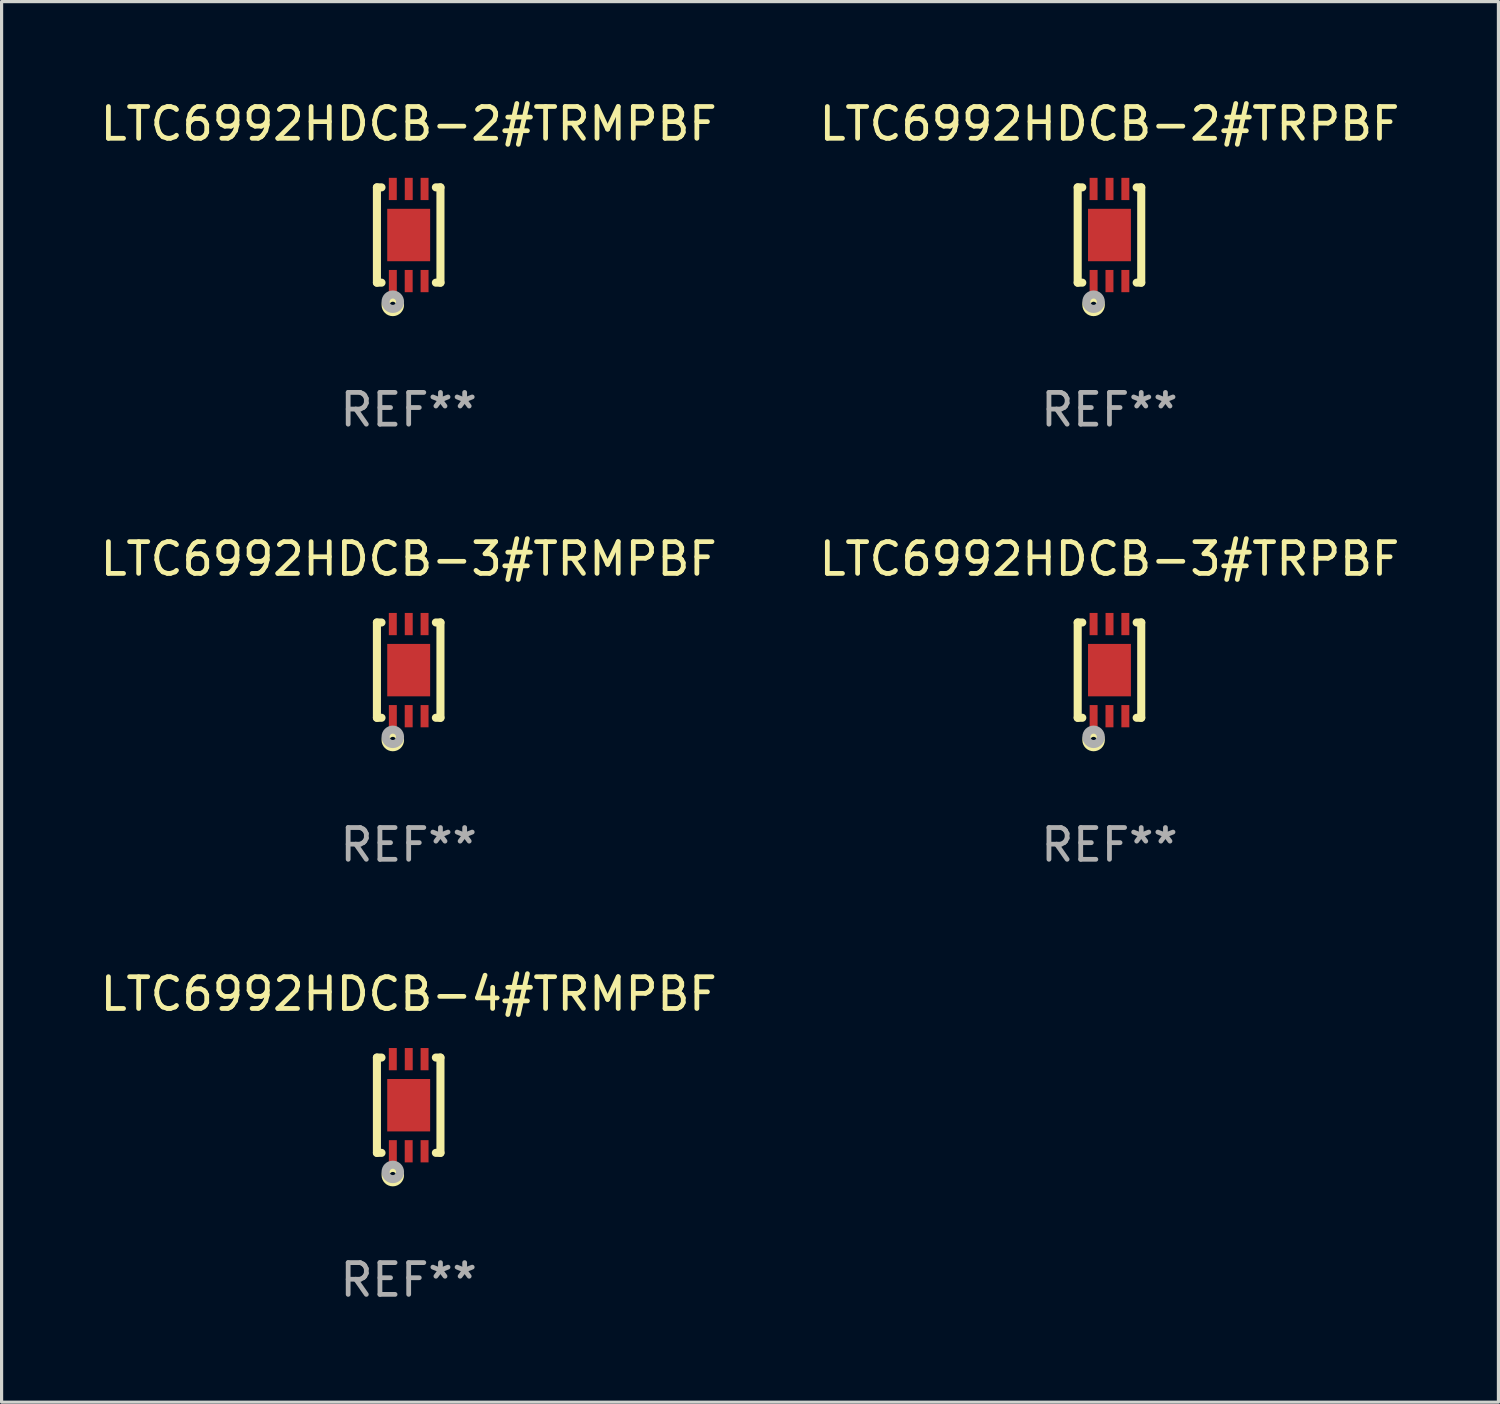
<source format=kicad_pcb>
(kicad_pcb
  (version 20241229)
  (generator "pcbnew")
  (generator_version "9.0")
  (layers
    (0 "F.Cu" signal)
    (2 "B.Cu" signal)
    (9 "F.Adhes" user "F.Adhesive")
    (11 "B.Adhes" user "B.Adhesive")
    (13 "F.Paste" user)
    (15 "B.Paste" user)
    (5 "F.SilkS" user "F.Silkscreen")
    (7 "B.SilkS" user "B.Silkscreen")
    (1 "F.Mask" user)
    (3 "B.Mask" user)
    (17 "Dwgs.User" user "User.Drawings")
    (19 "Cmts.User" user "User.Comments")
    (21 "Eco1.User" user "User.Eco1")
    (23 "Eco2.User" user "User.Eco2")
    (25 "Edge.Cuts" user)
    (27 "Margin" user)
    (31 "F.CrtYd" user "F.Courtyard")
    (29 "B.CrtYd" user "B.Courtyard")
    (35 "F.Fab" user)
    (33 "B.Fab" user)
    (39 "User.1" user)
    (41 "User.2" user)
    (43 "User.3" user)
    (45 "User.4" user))
  (footprint "LTC6992HDCB-3#TRMPBF"
    (layer "F.Cu")
    (at 9.815 18.045)
    (property "Reference" "LTC6992HDCB-3#TRMPBF" (at 0 -3.5 0) (layer "F.SilkS") (effects (font (size 1 1) (thickness 0.15))))
    (attr through_hole)
    (fp_line (start -1 1.5) (end -1 -1.5) (stroke (width 0.254) (type solid)) (layer "F.SilkS"))
    (fp_line (start -0.856 -1.5) (end -1 -1.5) (stroke (width 0.254) (type solid)) (layer "F.SilkS"))
    (fp_line (start -0.855 1.5) (end -1 1.5) (stroke (width 0.254) (type solid)) (layer "F.SilkS"))
    (fp_line (start 1 -1.5) (end 0.856 -1.5) (stroke (width 0.254) (type solid)) (layer "F.SilkS"))
    (fp_line (start 1 1.5) (end 0.856 1.5) (stroke (width 0.254) (type solid)) (layer "F.SilkS"))
    (fp_line (start 1 1.5) (end 1 -1.5) (stroke (width 0.254) (type solid)) (layer "F.SilkS"))
    (fp_circle (center -1 1.5) (end -0.97 1.5) (stroke (width 0.06) (type solid)) (fill no) (layer "F.SilkS"))
    (fp_circle (center -0.5 2.2) (end -0.4 2.2) (stroke (width 0.254) (type solid)) (fill no) (layer "F.SilkS"))
    (fp_circle (center -0.5 2.1) (end -0.4 2.1) (stroke (width 0.254) (type solid)) (fill no) (layer "F.Fab"))
    (fp_text user "REF**" (at 0 5.5 0) (layer "F.Fab") (effects (font (size 1 1) (thickness 0.15))))
    (pad "1" smd rect (at -0.499 1.45 180) (size 0.25 0.7) (layers "F.Cu" "F.Mask" "F.Paste"))
    (pad "2" smd rect (at 0.000025 1.45 180) (size 0.25 0.7) (layers "F.Cu" "F.Mask" "F.Paste"))
    (pad "3" smd rect (at 0.5 1.45 180) (size 0.25 0.7) (layers "F.Cu" "F.Mask" "F.Paste"))
    (pad "4" smd rect (at 0.5 -1.45 180) (size 0.25 0.7) (layers "F.Cu" "F.Mask" "F.Paste"))
    (pad "5" smd rect (at 0.002 -1.45 180) (size 0.25 0.7) (layers "F.Cu" "F.Mask" "F.Paste"))
    (pad "6" smd rect (at -0.5 -1.45 180) (size 0.25 0.7) (layers "F.Cu" "F.Mask" "F.Paste"))
    (pad "7" smd rect (at 0.000025 0.000038 180) (size 1.35 1.65) (layers "F.Cu" "F.Mask" "F.Paste")))
  (footprint "LTC6992HDCB-4#TRMPBF"
    (layer "F.Cu")
    (at 9.815 31.741)
    (property "Reference" "LTC6992HDCB-4#TRMPBF" (at 0 -3.5 0) (layer "F.SilkS") (effects (font (size 1 1) (thickness 0.15))))
    (attr through_hole)
    (fp_line (start -1 1.5) (end -1 -1.5) (stroke (width 0.254) (type solid)) (layer "F.SilkS"))
    (fp_line (start -0.856 -1.5) (end -1 -1.5) (stroke (width 0.254) (type solid)) (layer "F.SilkS"))
    (fp_line (start -0.855 1.5) (end -1 1.5) (stroke (width 0.254) (type solid)) (layer "F.SilkS"))
    (fp_line (start 1 -1.5) (end 0.856 -1.5) (stroke (width 0.254) (type solid)) (layer "F.SilkS"))
    (fp_line (start 1 1.5) (end 0.856 1.5) (stroke (width 0.254) (type solid)) (layer "F.SilkS"))
    (fp_line (start 1 1.5) (end 1 -1.5) (stroke (width 0.254) (type solid)) (layer "F.SilkS"))
    (fp_circle (center -1 1.5) (end -0.97 1.5) (stroke (width 0.06) (type solid)) (fill no) (layer "F.SilkS"))
    (fp_circle (center -0.5 2.2) (end -0.4 2.2) (stroke (width 0.254) (type solid)) (fill no) (layer "F.SilkS"))
    (fp_circle (center -0.5 2.1) (end -0.4 2.1) (stroke (width 0.254) (type solid)) (fill no) (layer "F.Fab"))
    (fp_text user "REF**" (at 0 5.5 0) (layer "F.Fab") (effects (font (size 1 1) (thickness 0.15))))
    (pad "1" smd rect (at -0.499 1.45 180) (size 0.25 0.7) (layers "F.Cu" "F.Mask" "F.Paste"))
    (pad "2" smd rect (at 0.000025 1.45 180) (size 0.25 0.7) (layers "F.Cu" "F.Mask" "F.Paste"))
    (pad "3" smd rect (at 0.5 1.45 180) (size 0.25 0.7) (layers "F.Cu" "F.Mask" "F.Paste"))
    (pad "4" smd rect (at 0.5 -1.45 180) (size 0.25 0.7) (layers "F.Cu" "F.Mask" "F.Paste"))
    (pad "5" smd rect (at 0.002 -1.45 180) (size 0.25 0.7) (layers "F.Cu" "F.Mask" "F.Paste"))
    (pad "6" smd rect (at -0.5 -1.45 180) (size 0.25 0.7) (layers "F.Cu" "F.Mask" "F.Paste"))
    (pad "7" smd rect (at 0.000025 0.000038 180) (size 1.35 1.65) (layers "F.Cu" "F.Mask" "F.Paste")))
  (footprint "LTC6992HDCB-3#TRPBF"
    (layer "F.Cu")
    (at 31.875 18.045)
    (property "Reference" "LTC6992HDCB-3#TRPBF" (at 0 -3.5 0) (layer "F.SilkS") (effects (font (size 1 1) (thickness 0.15))))
    (attr through_hole)
    (fp_line (start -1 1.5) (end -1 -1.5) (stroke (width 0.254) (type solid)) (layer "F.SilkS"))
    (fp_line (start -0.856 -1.5) (end -1 -1.5) (stroke (width 0.254) (type solid)) (layer "F.SilkS"))
    (fp_line (start -0.855 1.5) (end -1 1.5) (stroke (width 0.254) (type solid)) (layer "F.SilkS"))
    (fp_line (start 1 -1.5) (end 0.856 -1.5) (stroke (width 0.254) (type solid)) (layer "F.SilkS"))
    (fp_line (start 1 1.5) (end 0.856 1.5) (stroke (width 0.254) (type solid)) (layer "F.SilkS"))
    (fp_line (start 1 1.5) (end 1 -1.5) (stroke (width 0.254) (type solid)) (layer "F.SilkS"))
    (fp_circle (center -1 1.5) (end -0.97 1.5) (stroke (width 0.06) (type solid)) (fill no) (layer "F.SilkS"))
    (fp_circle (center -0.5 2.2) (end -0.4 2.2) (stroke (width 0.254) (type solid)) (fill no) (layer "F.SilkS"))
    (fp_circle (center -0.5 2.1) (end -0.4 2.1) (stroke (width 0.254) (type solid)) (fill no) (layer "F.Fab"))
    (fp_text user "REF**" (at 0 5.5 0) (layer "F.Fab") (effects (font (size 1 1) (thickness 0.15))))
    (pad "1" smd rect (at -0.499 1.45 180) (size 0.25 0.7) (layers "F.Cu" "F.Mask" "F.Paste"))
    (pad "2" smd rect (at 0.000025 1.45 180) (size 0.25 0.7) (layers "F.Cu" "F.Mask" "F.Paste"))
    (pad "3" smd rect (at 0.5 1.45 180) (size 0.25 0.7) (layers "F.Cu" "F.Mask" "F.Paste"))
    (pad "4" smd rect (at 0.5 -1.45 180) (size 0.25 0.7) (layers "F.Cu" "F.Mask" "F.Paste"))
    (pad "5" smd rect (at 0.002 -1.45 180) (size 0.25 0.7) (layers "F.Cu" "F.Mask" "F.Paste"))
    (pad "6" smd rect (at -0.5 -1.45 180) (size 0.25 0.7) (layers "F.Cu" "F.Mask" "F.Paste"))
    (pad "7" smd rect (at 0.000025 0.000038 180) (size 1.35 1.65) (layers "F.Cu" "F.Mask" "F.Paste")))
  (footprint "LTC6992HDCB-2#TRPBF"
    (layer "F.Cu")
    (at 31.875 4.348)
    (property "Reference" "LTC6992HDCB-2#TRPBF" (at 0 -3.5 0) (layer "F.SilkS") (effects (font (size 1 1) (thickness 0.15))))
    (attr through_hole)
    (fp_line (start -1 1.5) (end -1 -1.5) (stroke (width 0.254) (type solid)) (layer "F.SilkS"))
    (fp_line (start -0.856 -1.5) (end -1 -1.5) (stroke (width 0.254) (type solid)) (layer "F.SilkS"))
    (fp_line (start -0.855 1.5) (end -1 1.5) (stroke (width 0.254) (type solid)) (layer "F.SilkS"))
    (fp_line (start 1 -1.5) (end 0.856 -1.5) (stroke (width 0.254) (type solid)) (layer "F.SilkS"))
    (fp_line (start 1 1.5) (end 0.856 1.5) (stroke (width 0.254) (type solid)) (layer "F.SilkS"))
    (fp_line (start 1 1.5) (end 1 -1.5) (stroke (width 0.254) (type solid)) (layer "F.SilkS"))
    (fp_circle (center -1 1.5) (end -0.97 1.5) (stroke (width 0.06) (type solid)) (fill no) (layer "F.SilkS"))
    (fp_circle (center -0.5 2.2) (end -0.4 2.2) (stroke (width 0.254) (type solid)) (fill no) (layer "F.SilkS"))
    (fp_circle (center -0.5 2.1) (end -0.4 2.1) (stroke (width 0.254) (type solid)) (fill no) (layer "F.Fab"))
    (fp_text user "REF**" (at 0 5.5 0) (layer "F.Fab") (effects (font (size 1 1) (thickness 0.15))))
    (pad "1" smd rect (at -0.499 1.45 180) (size 0.25 0.7) (layers "F.Cu" "F.Mask" "F.Paste"))
    (pad "2" smd rect (at 0.000025 1.45 180) (size 0.25 0.7) (layers "F.Cu" "F.Mask" "F.Paste"))
    (pad "3" smd rect (at 0.5 1.45 180) (size 0.25 0.7) (layers "F.Cu" "F.Mask" "F.Paste"))
    (pad "4" smd rect (at 0.5 -1.45 180) (size 0.25 0.7) (layers "F.Cu" "F.Mask" "F.Paste"))
    (pad "5" smd rect (at 0.002 -1.45 180) (size 0.25 0.7) (layers "F.Cu" "F.Mask" "F.Paste"))
    (pad "6" smd rect (at -0.5 -1.45 180) (size 0.25 0.7) (layers "F.Cu" "F.Mask" "F.Paste"))
    (pad "7" smd rect (at 0.000025 0.000038 180) (size 1.35 1.65) (layers "F.Cu" "F.Mask" "F.Paste")))
  (footprint "LTC6992HDCB-2#TRMPBF"
    (layer "F.Cu")
    (at 9.815 4.348)
    (property "Reference" "LTC6992HDCB-2#TRMPBF" (at 0 -3.5 0) (layer "F.SilkS") (effects (font (size 1 1) (thickness 0.15))))
    (attr through_hole)
    (fp_line (start -1 1.5) (end -1 -1.5) (stroke (width 0.254) (type solid)) (layer "F.SilkS"))
    (fp_line (start -0.856 -1.5) (end -1 -1.5) (stroke (width 0.254) (type solid)) (layer "F.SilkS"))
    (fp_line (start -0.855 1.5) (end -1 1.5) (stroke (width 0.254) (type solid)) (layer "F.SilkS"))
    (fp_line (start 1 -1.5) (end 0.856 -1.5) (stroke (width 0.254) (type solid)) (layer "F.SilkS"))
    (fp_line (start 1 1.5) (end 0.856 1.5) (stroke (width 0.254) (type solid)) (layer "F.SilkS"))
    (fp_line (start 1 1.5) (end 1 -1.5) (stroke (width 0.254) (type solid)) (layer "F.SilkS"))
    (fp_circle (center -1 1.5) (end -0.97 1.5) (stroke (width 0.06) (type solid)) (fill no) (layer "F.SilkS"))
    (fp_circle (center -0.5 2.2) (end -0.4 2.2) (stroke (width 0.254) (type solid)) (fill no) (layer "F.SilkS"))
    (fp_circle (center -0.5 2.1) (end -0.4 2.1) (stroke (width 0.254) (type solid)) (fill no) (layer "F.Fab"))
    (fp_text user "REF**" (at 0 5.5 0) (layer "F.Fab") (effects (font (size 1 1) (thickness 0.15))))
    (pad "1" smd rect (at -0.499 1.45 180) (size 0.25 0.7) (layers "F.Cu" "F.Mask" "F.Paste"))
    (pad "2" smd rect (at 0.000025 1.45 180) (size 0.25 0.7) (layers "F.Cu" "F.Mask" "F.Paste"))
    (pad "3" smd rect (at 0.5 1.45 180) (size 0.25 0.7) (layers "F.Cu" "F.Mask" "F.Paste"))
    (pad "4" smd rect (at 0.5 -1.45 180) (size 0.25 0.7) (layers "F.Cu" "F.Mask" "F.Paste"))
    (pad "5" smd rect (at 0.002 -1.45 180) (size 0.25 0.7) (layers "F.Cu" "F.Mask" "F.Paste"))
    (pad "6" smd rect (at -0.5 -1.45 180) (size 0.25 0.7) (layers "F.Cu" "F.Mask" "F.Paste"))
    (pad "7" smd rect (at 0.000025 0.000038 180) (size 1.35 1.65) (layers "F.Cu" "F.Mask" "F.Paste")))
  (gr_rect
    (start -3 -3)
    (end 44.119 41.089)
    (stroke (width 0.1) (type default))
    (fill no)
    (layer "Edge.Cuts")))
</source>
